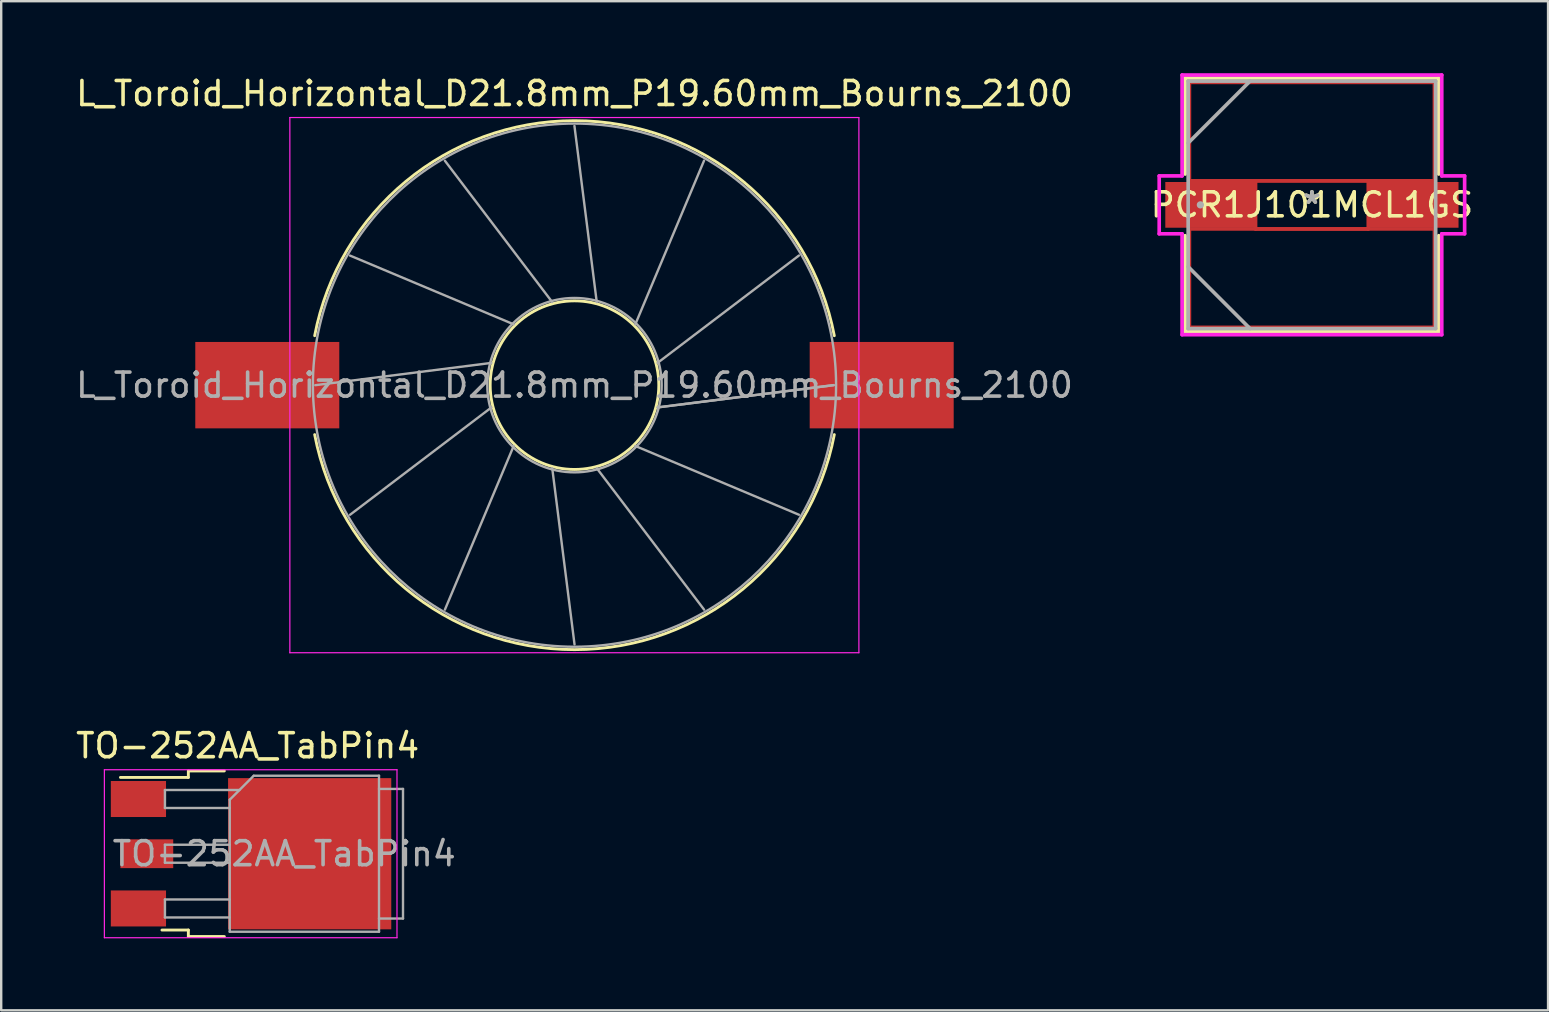
<source format=kicad_pcb>
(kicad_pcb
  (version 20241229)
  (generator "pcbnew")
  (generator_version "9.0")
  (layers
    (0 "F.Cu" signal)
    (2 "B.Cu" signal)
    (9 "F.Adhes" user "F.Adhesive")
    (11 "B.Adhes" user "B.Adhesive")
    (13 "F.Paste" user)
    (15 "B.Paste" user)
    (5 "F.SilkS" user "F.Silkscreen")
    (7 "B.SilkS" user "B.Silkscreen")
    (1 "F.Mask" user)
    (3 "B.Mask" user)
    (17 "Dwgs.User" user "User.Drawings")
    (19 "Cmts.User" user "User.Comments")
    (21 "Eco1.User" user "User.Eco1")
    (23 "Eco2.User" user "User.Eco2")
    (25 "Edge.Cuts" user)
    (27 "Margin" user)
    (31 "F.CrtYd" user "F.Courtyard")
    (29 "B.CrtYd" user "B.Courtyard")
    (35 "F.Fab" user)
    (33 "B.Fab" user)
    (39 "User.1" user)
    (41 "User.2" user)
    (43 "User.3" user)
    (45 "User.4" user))
  (footprint "L_Toroid_Horizontal_D21.8mm_P19.60mm_Bourns_2100"
    (layer "F.Cu")
    (at 20.887 12.998)
    (property "Reference" "L_Toroid_Horizontal_D21.8mm_P19.60mm_Bourns_2100" (at 0 -12.15 0) (layer "F.SilkS") (effects (font (size 1 1) (thickness 0.15))))
    (attr through_hole)
    (fp_arc (start -10.825747 -2.06) (mid 0 -11.02) (end 10.825747 -2.06) (stroke (width 0.12) (type solid)) (layer "F.SilkS"))
    (fp_arc (start 10.825747 2.06) (mid 0 11.02) (end -10.825747 2.06) (stroke (width 0.12) (type solid)) (layer "F.SilkS"))
    (fp_circle (center 0 0) (end 3.513 0) (stroke (width 0.12) (type solid)) (fill no) (layer "F.SilkS"))
    (fp_line (start -11.86 -11.15) (end -11.86 11.15) (stroke (width 0.05) (type solid)) (layer "F.CrtYd"))
    (fp_line (start -11.86 11.15) (end 11.85 11.15) (stroke (width 0.05) (type solid)) (layer "F.CrtYd"))
    (fp_line (start 11.85 -11.15) (end -11.86 -11.15) (stroke (width 0.05) (type solid)) (layer "F.CrtYd"))
    (fp_line (start 11.85 11.15) (end 11.85 -11.15) (stroke (width 0.05) (type solid)) (layer "F.CrtYd"))
    (fp_line (start -10.8 0.001) (end -3.462 -0.927) (stroke (width 0.1) (type solid)) (layer "F.Fab"))
    (fp_line (start -9.353 -5.399) (end -2.534 -2.534) (stroke (width 0.1) (type solid)) (layer "F.Fab"))
    (fp_line (start -9.352 5.401) (end -3.461 0.928) (stroke (width 0.1) (type solid)) (layer "F.Fab"))
    (fp_line (start -5.401 -9.352) (end -0.928 -3.461) (stroke (width 0.1) (type solid)) (layer "F.Fab"))
    (fp_line (start -5.399 9.353) (end -2.534 2.534) (stroke (width 0.1) (type solid)) (layer "F.Fab"))
    (fp_line (start -0.002 -10.8) (end 0.927 -3.462) (stroke (width 0.1) (type solid)) (layer "F.Fab"))
    (fp_line (start 0.001 10.8) (end -0.927 3.462) (stroke (width 0.1) (type solid)) (layer "F.Fab"))
    (fp_line (start 5.398 -9.354) (end 2.534 -2.534) (stroke (width 0.1) (type solid)) (layer "F.Fab"))
    (fp_line (start 5.4 9.353) (end 0.928 3.461) (stroke (width 0.1) (type solid)) (layer "F.Fab"))
    (fp_line (start 9.352 -5.401) (end 3.461 -0.928) (stroke (width 0.1) (type solid)) (layer "F.Fab"))
    (fp_line (start 9.353 5.4) (end 2.534 2.534) (stroke (width 0.1) (type solid)) (layer "F.Fab"))
    (fp_line (start 10.8 -0.002) (end 3.462 0.927) (stroke (width 0.1) (type solid)) (layer "F.Fab"))
    (fp_line (start 10.8 0) (end 3.461 0.927) (stroke (width 0.1) (type solid)) (layer "F.Fab"))
    (fp_circle (center 0 0) (end 3.633 0) (stroke (width 0.1) (type solid)) (fill no) (layer "F.Fab"))
    (fp_circle (center 0 0) (end 10.9 0) (stroke (width 0.1) (type solid)) (fill no) (layer "F.Fab"))
    (fp_text user "${REFERENCE}" (at 0 0 0) (layer "F.Fab") (effects (font (size 1 1) (thickness 0.15))))
    (pad "1" smd rect (at -12.8 0) (size 6 3.6) (layers "F.Cu" "F.Mask" "F.Paste"))
    (pad "2" smd rect (at 12.8 0) (size 6 3.6) (layers "F.Cu" "F.Mask" "F.Paste")))
  (footprint "TO-252AA_TabPin4"
    (layer "F.Cu")
    (at 7.268 32.522)
    (property "Reference" "TO-252AA_TabPin4" (at 0 -4.5 180) (layer "F.SilkS") (effects (font (size 1 1) (thickness 0.15))))
    (attr smd)
    (fp_line (start -2.47 -3.45) (end -2.47 -3.18) (stroke (width 0.12) (type solid)) (layer "F.SilkS"))
    (fp_line (start -2.47 -3.18) (end -5.3 -3.18) (stroke (width 0.12) (type solid)) (layer "F.SilkS"))
    (fp_line (start -2.47 3.18) (end -3.57 3.18) (stroke (width 0.12) (type solid)) (layer "F.SilkS"))
    (fp_line (start -2.47 3.45) (end -2.47 3.18) (stroke (width 0.12) (type solid)) (layer "F.SilkS"))
    (fp_line (start -0.97 -3.45) (end -2.47 -3.45) (stroke (width 0.12) (type solid)) (layer "F.SilkS"))
    (fp_line (start -0.97 3.45) (end -2.47 3.45) (stroke (width 0.12) (type solid)) (layer "F.SilkS"))
    (fp_line (start -5.969 -3.5) (end -5.969 3.5) (stroke (width 0.05) (type solid)) (layer "F.CrtYd"))
    (fp_line (start -5.969 3.5) (end 6.223 3.5) (stroke (width 0.05) (type solid)) (layer "F.CrtYd"))
    (fp_line (start 6.223 -3.5) (end -5.969 -3.5) (stroke (width 0.05) (type solid)) (layer "F.CrtYd"))
    (fp_line (start 6.223 3.5) (end 6.223 -3.5) (stroke (width 0.05) (type solid)) (layer "F.CrtYd"))
    (fp_line (start -3.446 -2.655) (end -3.446 -1.905) (stroke (width 0.1) (type solid)) (layer "F.Fab"))
    (fp_line (start -3.446 -1.905) (end -0.746 -1.905) (stroke (width 0.1) (type solid)) (layer "F.Fab"))
    (fp_line (start -3.446 -0.375) (end -3.446 0.375) (stroke (width 0.1) (type solid)) (layer "F.Fab"))
    (fp_line (start -3.446 0.375) (end -0.746 0.375) (stroke (width 0.1) (type solid)) (layer "F.Fab"))
    (fp_line (start -3.446 1.905) (end -3.446 2.655) (stroke (width 0.1) (type solid)) (layer "F.Fab"))
    (fp_line (start -3.446 2.655) (end -0.746 2.655) (stroke (width 0.1) (type solid)) (layer "F.Fab"))
    (fp_line (start -0.746 -2.25) (end 0.254 -3.25) (stroke (width 0.1) (type solid)) (layer "F.Fab"))
    (fp_line (start -0.746 -0.375) (end -3.446 -0.375) (stroke (width 0.1) (type solid)) (layer "F.Fab"))
    (fp_line (start -0.746 1.905) (end -3.446 1.905) (stroke (width 0.1) (type solid)) (layer "F.Fab"))
    (fp_line (start -0.746 3.25) (end -0.746 -2.25) (stroke (width 0.1) (type solid)) (layer "F.Fab"))
    (fp_line (start -0.341 -2.655) (end -3.446 -2.655) (stroke (width 0.1) (type solid)) (layer "F.Fab"))
    (fp_line (start 0.254 -3.25) (end 5.474 -3.25) (stroke (width 0.1) (type solid)) (layer "F.Fab"))
    (fp_line (start 5.474 -3.25) (end 5.474 3.25) (stroke (width 0.1) (type solid)) (layer "F.Fab"))
    (fp_line (start 5.474 -2.7) (end 6.474 -2.7) (stroke (width 0.1) (type solid)) (layer "F.Fab"))
    (fp_line (start 5.474 3.25) (end -0.746 3.25) (stroke (width 0.1) (type solid)) (layer "F.Fab"))
    (fp_line (start 6.474 -2.7) (end 6.474 2.7) (stroke (width 0.1) (type solid)) (layer "F.Fab"))
    (fp_line (start 6.474 2.7) (end 5.474 2.7) (stroke (width 0.1) (type solid)) (layer "F.Fab"))
    (fp_text user "${REFERENCE}" (at 1.524 0 180) (layer "F.Fab") (effects (font (size 1 1) (thickness 0.15))))
    (pad "" smd rect (at 0.889 -1.524) (size 3.05 2.75) (layers "F.Paste"))
    (pad "" smd rect (at 0.889 1.524) (size 3.05 2.75) (layers "F.Paste"))
    (pad "" smd rect (at 4.191 -1.524) (size 3.05 2.75) (layers "F.Paste"))
    (pad "" smd rect (at 4.191 1.524) (size 3.05 2.75) (layers "F.Paste"))
    (pad "1" smd rect (at -4.55 -2.28) (size 2.3 1.5) (layers "F.Cu" "F.Mask" "F.Paste"))
    (pad "1" smd rect (at -4.55 2.28) (size 2.3 1.5) (layers "F.Cu" "F.Mask" "F.Paste"))
    (pad "2" smd rect (at 2.585 0) (size 6.8 6.3) (layers "F.Cu" "F.Mask"))
    (pad "3" smd rect (at -4.2 0) (size 2.2 1.2) (layers "F.Cu" "F.Mask" "F.Paste")))
  (footprint "PCR1J101MCL1GS"
    (layer "F.Cu")
    (at 51.613 5.486)
    (property "Reference" "PCR1J101MCL1GS" (at 0 0 0) (layer "F.SilkS") (effects (font (size 1 1) (thickness 0.15))))
    (attr through_hole)
    (fp_line (start -5.105 -5.105) (end 5.105 -5.105) (stroke (width 0.152) (type solid)) (layer "F.Cu"))
    (fp_line (start -5.105 -1.003) (end -5.105 -5.105) (stroke (width 0.152) (type solid)) (layer "F.Cu"))
    (fp_line (start -5.105 1.003) (end 5.105 1.003) (stroke (width 0.152) (type solid)) (layer "F.Cu"))
    (fp_line (start -5.105 5.105) (end -5.105 1.003) (stroke (width 0.152) (type solid)) (layer "F.Cu"))
    (fp_line (start -2.349 -1.003) (end 2.349 -1.003) (stroke (width 0.152) (type solid)) (layer "F.Cu"))
    (fp_line (start -2.349 1.003) (end -2.349 -1.003) (stroke (width 0.152) (type solid)) (layer "F.Cu"))
    (fp_line (start 2.349 -1.003) (end 2.349 1.003) (stroke (width 0.152) (type solid)) (layer "F.Cu"))
    (fp_line (start 2.349 1.003) (end -2.349 1.003) (stroke (width 0.152) (type solid)) (layer "F.Cu"))
    (fp_line (start 5.105 -5.105) (end 5.105 -1.003) (stroke (width 0.152) (type solid)) (layer "F.Cu"))
    (fp_line (start 5.105 -1.003) (end -5.105 -1.003) (stroke (width 0.152) (type solid)) (layer "F.Cu"))
    (fp_line (start 5.105 1.003) (end 5.105 5.105) (stroke (width 0.152) (type solid)) (layer "F.Cu"))
    (fp_line (start 5.105 5.105) (end -5.105 5.105) (stroke (width 0.152) (type solid)) (layer "F.Cu"))
    (fp_line (start -5.283 -5.283) (end -5.283 -1.285) (stroke (width 0.152) (type solid)) (layer "F.SilkS"))
    (fp_line (start -5.283 1.285) (end -5.283 5.283) (stroke (width 0.152) (type solid)) (layer "F.SilkS"))
    (fp_line (start -5.283 5.283) (end 5.283 5.283) (stroke (width 0.152) (type solid)) (layer "F.SilkS"))
    (fp_line (start 5.283 -5.283) (end -5.283 -5.283) (stroke (width 0.152) (type solid)) (layer "F.SilkS"))
    (fp_line (start 5.283 -1.285) (end 5.283 -5.283) (stroke (width 0.152) (type solid)) (layer "F.SilkS"))
    (fp_line (start 5.283 5.283) (end 5.283 1.285) (stroke (width 0.152) (type solid)) (layer "F.SilkS"))
    (fp_line (start -6.363 -1.206) (end -5.41 -1.206) (stroke (width 0.152) (type solid)) (layer "F.CrtYd"))
    (fp_line (start -6.363 1.206) (end -6.363 -1.206) (stroke (width 0.152) (type solid)) (layer "F.CrtYd"))
    (fp_line (start -5.41 -5.41) (end 5.41 -5.41) (stroke (width 0.152) (type solid)) (layer "F.CrtYd"))
    (fp_line (start -5.41 -1.206) (end -5.41 -5.41) (stroke (width 0.152) (type solid)) (layer "F.CrtYd"))
    (fp_line (start -5.41 1.206) (end -6.363 1.206) (stroke (width 0.152) (type solid)) (layer "F.CrtYd"))
    (fp_line (start -5.41 5.41) (end -5.41 1.206) (stroke (width 0.152) (type solid)) (layer "F.CrtYd"))
    (fp_line (start 5.41 -5.41) (end 5.41 -1.206) (stroke (width 0.152) (type solid)) (layer "F.CrtYd"))
    (fp_line (start 5.41 -1.206) (end 6.363 -1.206) (stroke (width 0.152) (type solid)) (layer "F.CrtYd"))
    (fp_line (start 5.41 1.206) (end 5.41 5.41) (stroke (width 0.152) (type solid)) (layer "F.CrtYd"))
    (fp_line (start 5.41 5.41) (end -5.41 5.41) (stroke (width 0.152) (type solid)) (layer "F.CrtYd"))
    (fp_line (start 6.363 -1.206) (end 6.363 1.206) (stroke (width 0.152) (type solid)) (layer "F.CrtYd"))
    (fp_line (start 6.363 1.206) (end 5.41 1.206) (stroke (width 0.152) (type solid)) (layer "F.CrtYd"))
    (fp_line (start -5.156 -5.156) (end -5.156 5.156) (stroke (width 0.152) (type solid)) (layer "F.Fab"))
    (fp_line (start -5.156 -2.578) (end -2.578 -5.156) (stroke (width 0.152) (type solid)) (layer "F.Fab"))
    (fp_line (start -5.156 2.578) (end -2.578 5.156) (stroke (width 0.152) (type solid)) (layer "F.Fab"))
    (fp_line (start -5.156 5.156) (end 5.156 5.156) (stroke (width 0.152) (type solid)) (layer "F.Fab"))
    (fp_line (start 5.156 -5.156) (end -5.156 -5.156) (stroke (width 0.152) (type solid)) (layer "F.Fab"))
    (fp_line (start 5.156 5.156) (end 5.156 -5.156) (stroke (width 0.152) (type solid)) (layer "F.Fab"))
    (fp_circle (center -4.648 0) (end -4.648 0) (stroke (width 0.152) (type solid)) (fill no) (layer "F.Fab"))
    (fp_text user "*" (at 0 0 0) (layer "F.SilkS") (effects (font (size 1 1) (thickness 0.15))))
    (fp_text user "Copyright 2016 Accelerated Designs. All rights reserved." (at 0 0 0) (layer "Cmts.User") (effects (font (size 0.127 0.127) (thickness 0.002))))
    (fp_text user "*" (at 0 0 0) (layer "F.Fab") (effects (font (size 1 1) (thickness 0.15))))
    (pad "1" smd rect (at -4.255 0) (size 3.708 1.905) (layers "F.Cu" "F.Mask" "F.Paste"))
    (pad "2" smd rect (at 4.255 0) (size 3.708 1.905) (layers "F.Cu" "F.Mask" "F.Paste")))
  (gr_rect
    (start -3 -3)
    (end 61.452 39.047)
    (stroke (width 0.1) (type default))
    (fill no)
    (layer "Edge.Cuts")))
</source>
